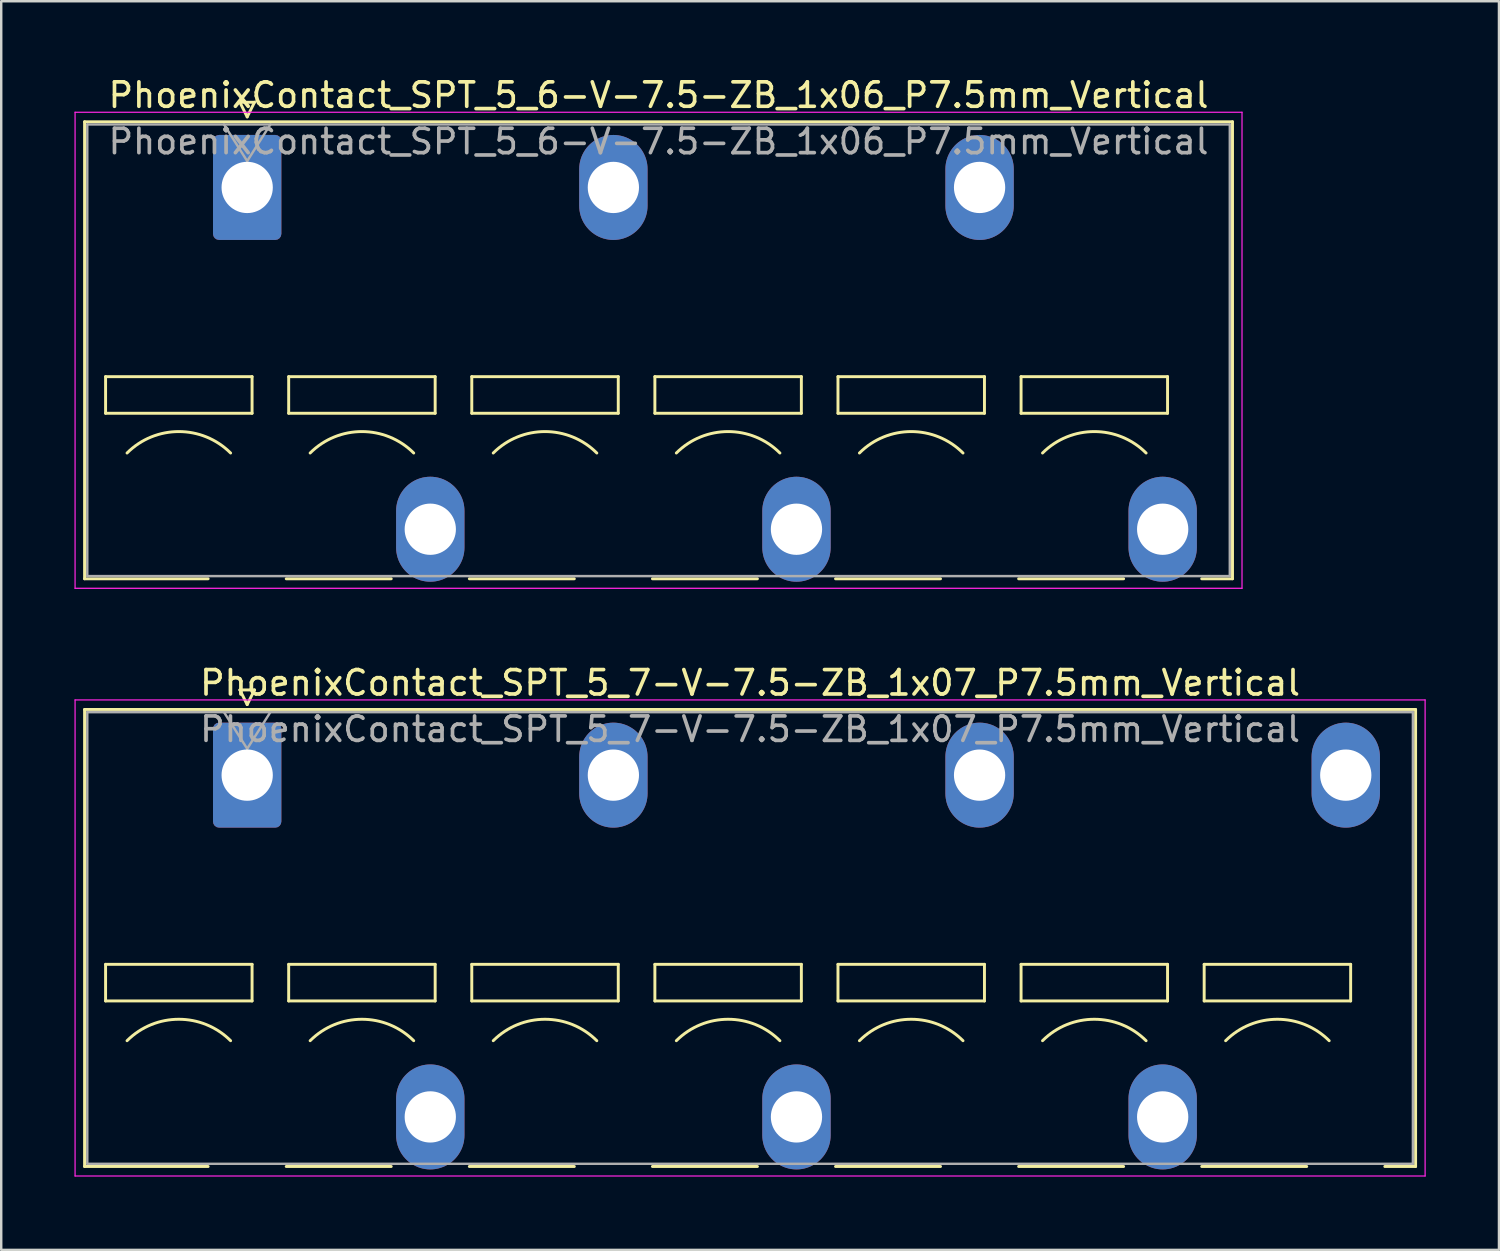
<source format=kicad_pcb>
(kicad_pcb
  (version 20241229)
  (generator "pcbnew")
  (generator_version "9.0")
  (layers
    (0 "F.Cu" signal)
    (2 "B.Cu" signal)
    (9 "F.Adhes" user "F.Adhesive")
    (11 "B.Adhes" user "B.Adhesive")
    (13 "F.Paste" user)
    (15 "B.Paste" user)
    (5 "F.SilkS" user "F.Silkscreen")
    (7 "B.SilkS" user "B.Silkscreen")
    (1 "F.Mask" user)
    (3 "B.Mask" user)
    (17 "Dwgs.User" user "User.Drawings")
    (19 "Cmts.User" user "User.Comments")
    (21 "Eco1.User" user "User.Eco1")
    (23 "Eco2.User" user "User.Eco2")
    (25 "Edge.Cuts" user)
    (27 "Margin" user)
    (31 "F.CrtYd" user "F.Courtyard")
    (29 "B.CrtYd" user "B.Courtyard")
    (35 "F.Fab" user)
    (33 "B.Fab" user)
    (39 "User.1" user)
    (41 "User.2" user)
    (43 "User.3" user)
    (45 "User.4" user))
  (footprint "PhoenixContact_SPT_5_7-V-7.5-ZB_1x07_P7.5mm_Vertical"
    (layer "F.Cu")
    (at 7.075 28.701)
    (property "Reference" "PhoenixContact_SPT_5_7-V-7.5-ZB_1x07_P7.5mm_Vertical" (at 20.6 -3.78 0) (layer "F.SilkS") (effects (font (size 1 1) (thickness 0.15))))
    (attr through_hole)
    (fp_line (start -6.66 -2.69) (end 47.86 -2.69) (stroke (width 0.12) (type solid)) (layer "F.SilkS"))
    (fp_line (start -6.66 16.03) (end -6.66 -2.69) (stroke (width 0.12) (type solid)) (layer "F.SilkS"))
    (fp_line (start -6.66 16.03) (end -1.6 16.03) (stroke (width 0.12) (type solid)) (layer "F.SilkS"))
    (fp_line (start -5.8 7.75) (end -5.8 9.25) (stroke (width 0.12) (type solid)) (layer "F.SilkS"))
    (fp_line (start -5.8 9.25) (end 0.2 9.25) (stroke (width 0.12) (type solid)) (layer "F.SilkS"))
    (fp_line (start -0.3 -3.49) (end 0 -2.89) (stroke (width 0.12) (type solid)) (layer "F.SilkS"))
    (fp_line (start -0.3 -3.49) (end 0.3 -3.49) (stroke (width 0.12) (type solid)) (layer "F.SilkS"))
    (fp_line (start 0.2 7.75) (end -5.8 7.75) (stroke (width 0.12) (type solid)) (layer "F.SilkS"))
    (fp_line (start 0.2 9.25) (end 0.2 7.75) (stroke (width 0.12) (type solid)) (layer "F.SilkS"))
    (fp_line (start 0.3 -3.49) (end 0 -2.89) (stroke (width 0.12) (type solid)) (layer "F.SilkS"))
    (fp_line (start 1.6 16.03) (end 5.9 16.03) (stroke (width 0.12) (type solid)) (layer "F.SilkS"))
    (fp_line (start 1.7 7.75) (end 1.7 9.25) (stroke (width 0.12) (type solid)) (layer "F.SilkS"))
    (fp_line (start 1.7 9.25) (end 7.7 9.25) (stroke (width 0.12) (type solid)) (layer "F.SilkS"))
    (fp_line (start 7.7 7.75) (end 1.7 7.75) (stroke (width 0.12) (type solid)) (layer "F.SilkS"))
    (fp_line (start 7.7 9.25) (end 7.7 7.75) (stroke (width 0.12) (type solid)) (layer "F.SilkS"))
    (fp_line (start 9.1 16.03) (end 13.4 16.03) (stroke (width 0.12) (type solid)) (layer "F.SilkS"))
    (fp_line (start 9.2 7.75) (end 9.2 9.25) (stroke (width 0.12) (type solid)) (layer "F.SilkS"))
    (fp_line (start 9.2 9.25) (end 15.2 9.25) (stroke (width 0.12) (type solid)) (layer "F.SilkS"))
    (fp_line (start 15.2 7.75) (end 9.2 7.75) (stroke (width 0.12) (type solid)) (layer "F.SilkS"))
    (fp_line (start 15.2 9.25) (end 15.2 7.75) (stroke (width 0.12) (type solid)) (layer "F.SilkS"))
    (fp_line (start 16.6 16.03) (end 20.9 16.03) (stroke (width 0.12) (type solid)) (layer "F.SilkS"))
    (fp_line (start 16.7 7.75) (end 16.7 9.25) (stroke (width 0.12) (type solid)) (layer "F.SilkS"))
    (fp_line (start 16.7 9.25) (end 22.7 9.25) (stroke (width 0.12) (type solid)) (layer "F.SilkS"))
    (fp_line (start 22.7 7.75) (end 16.7 7.75) (stroke (width 0.12) (type solid)) (layer "F.SilkS"))
    (fp_line (start 22.7 9.25) (end 22.7 7.75) (stroke (width 0.12) (type solid)) (layer "F.SilkS"))
    (fp_line (start 24.1 16.03) (end 28.4 16.03) (stroke (width 0.12) (type solid)) (layer "F.SilkS"))
    (fp_line (start 24.2 7.75) (end 24.2 9.25) (stroke (width 0.12) (type solid)) (layer "F.SilkS"))
    (fp_line (start 24.2 9.25) (end 30.2 9.25) (stroke (width 0.12) (type solid)) (layer "F.SilkS"))
    (fp_line (start 30.2 7.75) (end 24.2 7.75) (stroke (width 0.12) (type solid)) (layer "F.SilkS"))
    (fp_line (start 30.2 9.25) (end 30.2 7.75) (stroke (width 0.12) (type solid)) (layer "F.SilkS"))
    (fp_line (start 31.6 16.03) (end 35.9 16.03) (stroke (width 0.12) (type solid)) (layer "F.SilkS"))
    (fp_line (start 31.7 7.75) (end 31.7 9.25) (stroke (width 0.12) (type solid)) (layer "F.SilkS"))
    (fp_line (start 31.7 9.25) (end 37.7 9.25) (stroke (width 0.12) (type solid)) (layer "F.SilkS"))
    (fp_line (start 37.7 7.75) (end 31.7 7.75) (stroke (width 0.12) (type solid)) (layer "F.SilkS"))
    (fp_line (start 37.7 9.25) (end 37.7 7.75) (stroke (width 0.12) (type solid)) (layer "F.SilkS"))
    (fp_line (start 39.1 16.03) (end 43.4 16.03) (stroke (width 0.12) (type solid)) (layer "F.SilkS"))
    (fp_line (start 39.2 7.75) (end 39.2 9.25) (stroke (width 0.12) (type solid)) (layer "F.SilkS"))
    (fp_line (start 39.2 9.25) (end 45.2 9.25) (stroke (width 0.12) (type solid)) (layer "F.SilkS"))
    (fp_line (start 45.2 7.75) (end 39.2 7.75) (stroke (width 0.12) (type solid)) (layer "F.SilkS"))
    (fp_line (start 45.2 9.25) (end 45.2 7.75) (stroke (width 0.12) (type solid)) (layer "F.SilkS"))
    (fp_line (start 46.6 16.03) (end 47.86 16.03) (stroke (width 0.12) (type solid)) (layer "F.SilkS"))
    (fp_line (start 47.86 -2.69) (end 47.86 16.03) (stroke (width 0.12) (type solid)) (layer "F.SilkS"))
    (fp_arc (start -4.92132 10.87868) (mid -2.8 10) (end -0.67868 10.87868) (stroke (width 0.12) (type solid)) (layer "F.SilkS"))
    (fp_arc (start 2.57868 10.87868) (mid 4.7 10) (end 6.82132 10.87868) (stroke (width 0.12) (type solid)) (layer "F.SilkS"))
    (fp_arc (start 10.07868 10.87868) (mid 12.2 10) (end 14.32132 10.87868) (stroke (width 0.12) (type solid)) (layer "F.SilkS"))
    (fp_arc (start 17.57868 10.87868) (mid 19.7 10) (end 21.82132 10.87868) (stroke (width 0.12) (type solid)) (layer "F.SilkS"))
    (fp_arc (start 25.07868 10.87868) (mid 27.2 10) (end 29.32132 10.87868) (stroke (width 0.12) (type solid)) (layer "F.SilkS"))
    (fp_arc (start 32.57868 10.87868) (mid 34.7 10) (end 36.82132 10.87868) (stroke (width 0.12) (type solid)) (layer "F.SilkS"))
    (fp_arc (start 40.07868 10.87868) (mid 42.2 10) (end 44.32132 10.87868) (stroke (width 0.12) (type solid)) (layer "F.SilkS"))
    (fp_line (start -7.05 -3.08) (end -7.05 16.42) (stroke (width 0.05) (type solid)) (layer "F.CrtYd"))
    (fp_line (start -7.05 16.42) (end 48.25 16.42) (stroke (width 0.05) (type solid)) (layer "F.CrtYd"))
    (fp_line (start 48.25 -3.08) (end -7.05 -3.08) (stroke (width 0.05) (type solid)) (layer "F.CrtYd"))
    (fp_line (start 48.25 16.42) (end 48.25 -3.08) (stroke (width 0.05) (type solid)) (layer "F.CrtYd"))
    (fp_line (start -6.55 -2.58) (end -6.55 15.92) (stroke (width 0.1) (type solid)) (layer "F.Fab"))
    (fp_line (start -6.55 15.92) (end 47.75 15.92) (stroke (width 0.1) (type solid)) (layer "F.Fab"))
    (fp_line (start -0.95 -2.58) (end 0 -1.08) (stroke (width 0.1) (type solid)) (layer "F.Fab"))
    (fp_line (start 0.95 -2.58) (end 0 -1.08) (stroke (width 0.1) (type solid)) (layer "F.Fab"))
    (fp_line (start 47.75 -2.58) (end -6.55 -2.58) (stroke (width 0.1) (type solid)) (layer "F.Fab"))
    (fp_line (start 47.75 15.92) (end 47.75 -2.58) (stroke (width 0.1) (type solid)) (layer "F.Fab"))
    (fp_text user "${REFERENCE}" (at 20.6 -1.88 0) (layer "F.Fab") (effects (font (size 1 1) (thickness 0.15))))
    (pad "1" thru_hole roundrect (at 0 0) (size 2.8 4.3) (drill 2.1) (layers "*.Cu" "*.Mask") (roundrect_rratio 0.089))
    (pad "2" thru_hole oval (at 7.5 14) (size 2.8 4.3) (drill 2.1) (layers "*.Cu" "*.Mask"))
    (pad "3" thru_hole oval (at 15 0) (size 2.8 4.3) (drill 2.1) (layers "*.Cu" "*.Mask"))
    (pad "4" thru_hole oval (at 22.5 14) (size 2.8 4.3) (drill 2.1) (layers "*.Cu" "*.Mask"))
    (pad "5" thru_hole oval (at 30 0) (size 2.8 4.3) (drill 2.1) (layers "*.Cu" "*.Mask"))
    (pad "6" thru_hole oval (at 37.5 14) (size 2.8 4.3) (drill 2.1) (layers "*.Cu" "*.Mask"))
    (pad "7" thru_hole oval (at 45 0) (size 2.8 4.3) (drill 2.1) (layers "*.Cu" "*.Mask")))
  (footprint "PhoenixContact_SPT_5_6-V-7.5-ZB_1x06_P7.5mm_Vertical"
    (layer "F.Cu")
    (at 7.075 4.628)
    (property "Reference" "PhoenixContact_SPT_5_6-V-7.5-ZB_1x06_P7.5mm_Vertical" (at 16.85 -3.78 0) (layer "F.SilkS") (effects (font (size 1 1) (thickness 0.15))))
    (attr through_hole)
    (fp_line (start -6.66 -2.69) (end 40.36 -2.69) (stroke (width 0.12) (type solid)) (layer "F.SilkS"))
    (fp_line (start -6.66 16.03) (end -6.66 -2.69) (stroke (width 0.12) (type solid)) (layer "F.SilkS"))
    (fp_line (start -6.66 16.03) (end -1.6 16.03) (stroke (width 0.12) (type solid)) (layer "F.SilkS"))
    (fp_line (start -5.8 7.75) (end -5.8 9.25) (stroke (width 0.12) (type solid)) (layer "F.SilkS"))
    (fp_line (start -5.8 9.25) (end 0.2 9.25) (stroke (width 0.12) (type solid)) (layer "F.SilkS"))
    (fp_line (start -0.3 -3.49) (end 0 -2.89) (stroke (width 0.12) (type solid)) (layer "F.SilkS"))
    (fp_line (start -0.3 -3.49) (end 0.3 -3.49) (stroke (width 0.12) (type solid)) (layer "F.SilkS"))
    (fp_line (start 0.2 7.75) (end -5.8 7.75) (stroke (width 0.12) (type solid)) (layer "F.SilkS"))
    (fp_line (start 0.2 9.25) (end 0.2 7.75) (stroke (width 0.12) (type solid)) (layer "F.SilkS"))
    (fp_line (start 0.3 -3.49) (end 0 -2.89) (stroke (width 0.12) (type solid)) (layer "F.SilkS"))
    (fp_line (start 1.6 16.03) (end 5.9 16.03) (stroke (width 0.12) (type solid)) (layer "F.SilkS"))
    (fp_line (start 1.7 7.75) (end 1.7 9.25) (stroke (width 0.12) (type solid)) (layer "F.SilkS"))
    (fp_line (start 1.7 9.25) (end 7.7 9.25) (stroke (width 0.12) (type solid)) (layer "F.SilkS"))
    (fp_line (start 7.7 7.75) (end 1.7 7.75) (stroke (width 0.12) (type solid)) (layer "F.SilkS"))
    (fp_line (start 7.7 9.25) (end 7.7 7.75) (stroke (width 0.12) (type solid)) (layer "F.SilkS"))
    (fp_line (start 9.1 16.03) (end 13.4 16.03) (stroke (width 0.12) (type solid)) (layer "F.SilkS"))
    (fp_line (start 9.2 7.75) (end 9.2 9.25) (stroke (width 0.12) (type solid)) (layer "F.SilkS"))
    (fp_line (start 9.2 9.25) (end 15.2 9.25) (stroke (width 0.12) (type solid)) (layer "F.SilkS"))
    (fp_line (start 15.2 7.75) (end 9.2 7.75) (stroke (width 0.12) (type solid)) (layer "F.SilkS"))
    (fp_line (start 15.2 9.25) (end 15.2 7.75) (stroke (width 0.12) (type solid)) (layer "F.SilkS"))
    (fp_line (start 16.6 16.03) (end 20.9 16.03) (stroke (width 0.12) (type solid)) (layer "F.SilkS"))
    (fp_line (start 16.7 7.75) (end 16.7 9.25) (stroke (width 0.12) (type solid)) (layer "F.SilkS"))
    (fp_line (start 16.7 9.25) (end 22.7 9.25) (stroke (width 0.12) (type solid)) (layer "F.SilkS"))
    (fp_line (start 22.7 7.75) (end 16.7 7.75) (stroke (width 0.12) (type solid)) (layer "F.SilkS"))
    (fp_line (start 22.7 9.25) (end 22.7 7.75) (stroke (width 0.12) (type solid)) (layer "F.SilkS"))
    (fp_line (start 24.1 16.03) (end 28.4 16.03) (stroke (width 0.12) (type solid)) (layer "F.SilkS"))
    (fp_line (start 24.2 7.75) (end 24.2 9.25) (stroke (width 0.12) (type solid)) (layer "F.SilkS"))
    (fp_line (start 24.2 9.25) (end 30.2 9.25) (stroke (width 0.12) (type solid)) (layer "F.SilkS"))
    (fp_line (start 30.2 7.75) (end 24.2 7.75) (stroke (width 0.12) (type solid)) (layer "F.SilkS"))
    (fp_line (start 30.2 9.25) (end 30.2 7.75) (stroke (width 0.12) (type solid)) (layer "F.SilkS"))
    (fp_line (start 31.6 16.03) (end 35.9 16.03) (stroke (width 0.12) (type solid)) (layer "F.SilkS"))
    (fp_line (start 31.7 7.75) (end 31.7 9.25) (stroke (width 0.12) (type solid)) (layer "F.SilkS"))
    (fp_line (start 31.7 9.25) (end 37.7 9.25) (stroke (width 0.12) (type solid)) (layer "F.SilkS"))
    (fp_line (start 37.7 7.75) (end 31.7 7.75) (stroke (width 0.12) (type solid)) (layer "F.SilkS"))
    (fp_line (start 37.7 9.25) (end 37.7 7.75) (stroke (width 0.12) (type solid)) (layer "F.SilkS"))
    (fp_line (start 39.1 16.03) (end 40.36 16.03) (stroke (width 0.12) (type solid)) (layer "F.SilkS"))
    (fp_line (start 40.36 -2.69) (end 40.36 16.03) (stroke (width 0.12) (type solid)) (layer "F.SilkS"))
    (fp_arc (start -4.92132 10.87868) (mid -2.8 10) (end -0.67868 10.87868) (stroke (width 0.12) (type solid)) (layer "F.SilkS"))
    (fp_arc (start 2.57868 10.87868) (mid 4.7 10) (end 6.82132 10.87868) (stroke (width 0.12) (type solid)) (layer "F.SilkS"))
    (fp_arc (start 10.07868 10.87868) (mid 12.2 10) (end 14.32132 10.87868) (stroke (width 0.12) (type solid)) (layer "F.SilkS"))
    (fp_arc (start 17.57868 10.87868) (mid 19.7 10) (end 21.82132 10.87868) (stroke (width 0.12) (type solid)) (layer "F.SilkS"))
    (fp_arc (start 25.07868 10.87868) (mid 27.2 10) (end 29.32132 10.87868) (stroke (width 0.12) (type solid)) (layer "F.SilkS"))
    (fp_arc (start 32.57868 10.87868) (mid 34.7 10) (end 36.82132 10.87868) (stroke (width 0.12) (type solid)) (layer "F.SilkS"))
    (fp_line (start -7.05 -3.08) (end -7.05 16.42) (stroke (width 0.05) (type solid)) (layer "F.CrtYd"))
    (fp_line (start -7.05 16.42) (end 40.75 16.42) (stroke (width 0.05) (type solid)) (layer "F.CrtYd"))
    (fp_line (start 40.75 -3.08) (end -7.05 -3.08) (stroke (width 0.05) (type solid)) (layer "F.CrtYd"))
    (fp_line (start 40.75 16.42) (end 40.75 -3.08) (stroke (width 0.05) (type solid)) (layer "F.CrtYd"))
    (fp_line (start -6.55 -2.58) (end -6.55 15.92) (stroke (width 0.1) (type solid)) (layer "F.Fab"))
    (fp_line (start -6.55 15.92) (end 40.25 15.92) (stroke (width 0.1) (type solid)) (layer "F.Fab"))
    (fp_line (start -0.95 -2.58) (end 0 -1.08) (stroke (width 0.1) (type solid)) (layer "F.Fab"))
    (fp_line (start 0.95 -2.58) (end 0 -1.08) (stroke (width 0.1) (type solid)) (layer "F.Fab"))
    (fp_line (start 40.25 -2.58) (end -6.55 -2.58) (stroke (width 0.1) (type solid)) (layer "F.Fab"))
    (fp_line (start 40.25 15.92) (end 40.25 -2.58) (stroke (width 0.1) (type solid)) (layer "F.Fab"))
    (fp_text user "${REFERENCE}" (at 16.85 -1.88 0) (layer "F.Fab") (effects (font (size 1 1) (thickness 0.15))))
    (pad "1" thru_hole roundrect (at 0 0) (size 2.8 4.3) (drill 2.1) (layers "*.Cu" "*.Mask") (roundrect_rratio 0.089))
    (pad "2" thru_hole oval (at 7.5 14) (size 2.8 4.3) (drill 2.1) (layers "*.Cu" "*.Mask"))
    (pad "3" thru_hole oval (at 15 0) (size 2.8 4.3) (drill 2.1) (layers "*.Cu" "*.Mask"))
    (pad "4" thru_hole oval (at 22.5 14) (size 2.8 4.3) (drill 2.1) (layers "*.Cu" "*.Mask"))
    (pad "5" thru_hole oval (at 30 0) (size 2.8 4.3) (drill 2.1) (layers "*.Cu" "*.Mask"))
    (pad "6" thru_hole oval (at 37.5 14) (size 2.8 4.3) (drill 2.1) (layers "*.Cu" "*.Mask")))
  (gr_rect
    (start -3 -3)
    (end 58.35 48.147)
    (stroke (width 0.1) (type default))
    (fill no)
    (layer "Edge.Cuts")))
</source>
